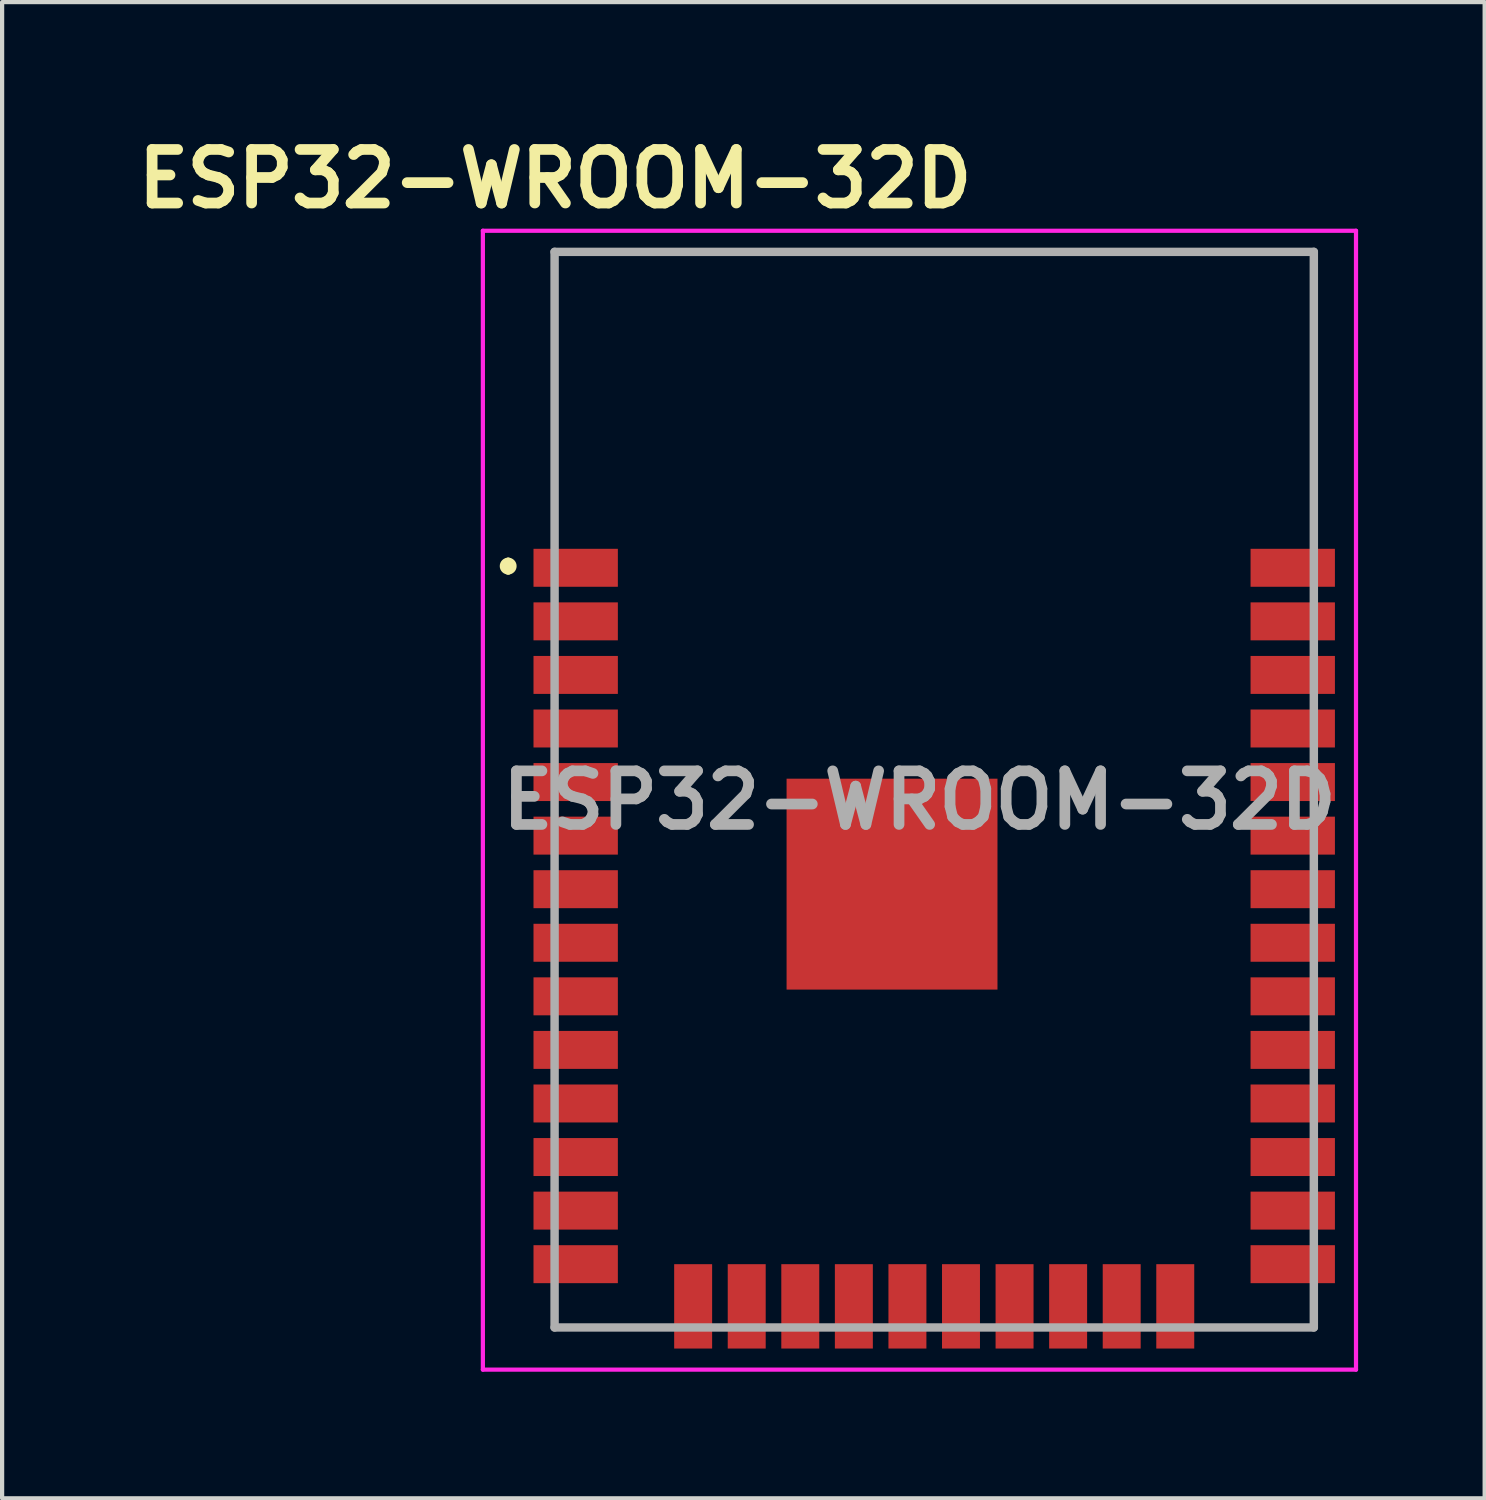
<source format=kicad_pcb>
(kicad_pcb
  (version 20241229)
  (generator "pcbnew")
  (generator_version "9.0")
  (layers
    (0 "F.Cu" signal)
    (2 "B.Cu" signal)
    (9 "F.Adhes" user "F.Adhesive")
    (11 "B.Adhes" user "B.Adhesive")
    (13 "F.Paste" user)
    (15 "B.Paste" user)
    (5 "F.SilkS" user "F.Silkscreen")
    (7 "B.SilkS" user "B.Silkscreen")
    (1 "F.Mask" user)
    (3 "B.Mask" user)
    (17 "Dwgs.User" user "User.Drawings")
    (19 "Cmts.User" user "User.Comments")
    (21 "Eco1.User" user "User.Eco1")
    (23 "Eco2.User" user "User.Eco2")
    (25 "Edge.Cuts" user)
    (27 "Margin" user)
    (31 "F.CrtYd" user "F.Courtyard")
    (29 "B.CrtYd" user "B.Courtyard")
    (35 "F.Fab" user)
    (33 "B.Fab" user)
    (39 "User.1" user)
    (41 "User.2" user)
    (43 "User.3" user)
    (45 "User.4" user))
  (footprint "ESP32-WROOM-32D"
    (layer "F.Cu")
    (at 18.748 15.921)
    (property "Reference" "ESP32-WROOM-32D" (at -8.636 -14.732 0) (layer "F.SilkS") (effects (font (size 1.27 1.27) (thickness 0.254))))
    (attr smd)
    (fp_line (start -9.75 -5.65) (end -9.75 -5.65) (stroke (width 0.2) (type solid)) (layer "F.SilkS"))
    (fp_line (start -9.75 -5.45) (end -9.75 -5.45) (stroke (width 0.2) (type solid)) (layer "F.SilkS"))
    (fp_line (start -8.65 -13) (end 9.35 -13) (stroke (width 0.1) (type solid)) (layer "F.SilkS"))
    (fp_line (start -8.65 -6.75) (end -8.65 -13) (stroke (width 0.1) (type solid)) (layer "F.SilkS"))
    (fp_line (start -8.65 12) (end -8.65 12.5) (stroke (width 0.1) (type solid)) (layer "F.SilkS"))
    (fp_line (start -8.65 12.5) (end -6.65 12.5) (stroke (width 0.1) (type solid)) (layer "F.SilkS"))
    (fp_line (start 7.35 12.5) (end 9.35 12.5) (stroke (width 0.1) (type solid)) (layer "F.SilkS"))
    (fp_line (start 9.35 -13) (end 9.35 -6.75) (stroke (width 0.1) (type solid)) (layer "F.SilkS"))
    (fp_line (start 9.35 12.5) (end 9.35 12) (stroke (width 0.1) (type solid)) (layer "F.SilkS"))
    (fp_arc (start -9.75 -5.65) (mid -9.65 -5.55) (end -9.75 -5.45) (stroke (width 0.2) (type solid)) (layer "F.SilkS"))
    (fp_arc (start -9.75 -5.45) (mid -9.85 -5.55) (end -9.75 -5.65) (stroke (width 0.2) (type solid)) (layer "F.SilkS"))
    (fp_line (start -10.35 -13.5) (end 10.35 -13.5) (stroke (width 0.1) (type solid)) (layer "F.CrtYd"))
    (fp_line (start -10.35 13.5) (end -10.35 -13.5) (stroke (width 0.1) (type solid)) (layer "F.CrtYd"))
    (fp_line (start 10.35 -13.5) (end 10.35 13.5) (stroke (width 0.1) (type solid)) (layer "F.CrtYd"))
    (fp_line (start 10.35 13.5) (end -10.35 13.5) (stroke (width 0.1) (type solid)) (layer "F.CrtYd"))
    (fp_line (start -8.65 -13) (end 9.35 -13) (stroke (width 0.2) (type solid)) (layer "F.Fab"))
    (fp_line (start -8.65 12.5) (end -8.65 -13) (stroke (width 0.2) (type solid)) (layer "F.Fab"))
    (fp_line (start 9.35 -13) (end 9.35 12.5) (stroke (width 0.2) (type solid)) (layer "F.Fab"))
    (fp_line (start 9.35 12.5) (end -8.65 12.5) (stroke (width 0.2) (type solid)) (layer "F.Fab"))
    (fp_text user "${REFERENCE}" (at 0 0 0) (layer "F.Fab") (effects (font (size 1.27 1.27) (thickness 0.254))))
    (pad "1" smd rect (at -8.15 -5.51 90) (size 0.9 2) (layers "F.Cu" "F.Mask" "F.Paste"))
    (pad "2" smd rect (at -8.15 -4.24 90) (size 0.9 2) (layers "F.Cu" "F.Mask" "F.Paste"))
    (pad "3" smd rect (at -8.15 -2.97 90) (size 0.9 2) (layers "F.Cu" "F.Mask" "F.Paste"))
    (pad "4" smd rect (at -8.15 -1.7 90) (size 0.9 2) (layers "F.Cu" "F.Mask" "F.Paste"))
    (pad "5" smd rect (at -8.15 -0.43 90) (size 0.9 2) (layers "F.Cu" "F.Mask" "F.Paste"))
    (pad "6" smd rect (at -8.15 0.84 90) (size 0.9 2) (layers "F.Cu" "F.Mask" "F.Paste"))
    (pad "7" smd rect (at -8.15 2.11 90) (size 0.9 2) (layers "F.Cu" "F.Mask" "F.Paste"))
    (pad "8" smd rect (at -8.15 3.38 90) (size 0.9 2) (layers "F.Cu" "F.Mask" "F.Paste"))
    (pad "9" smd rect (at -8.15 4.65 90) (size 0.9 2) (layers "F.Cu" "F.Mask" "F.Paste"))
    (pad "10" smd rect (at -8.15 5.92 90) (size 0.9 2) (layers "F.Cu" "F.Mask" "F.Paste"))
    (pad "11" smd rect (at -8.15 7.19 90) (size 0.9 2) (layers "F.Cu" "F.Mask" "F.Paste"))
    (pad "12" smd rect (at -8.15 8.46 90) (size 0.9 2) (layers "F.Cu" "F.Mask" "F.Paste"))
    (pad "13" smd rect (at -8.15 9.73 90) (size 0.9 2) (layers "F.Cu" "F.Mask" "F.Paste"))
    (pad "14" smd rect (at -8.15 11 90) (size 0.9 2) (layers "F.Cu" "F.Mask" "F.Paste"))
    (pad "15" smd rect (at -5.365 12) (size 0.9 2) (layers "F.Cu" "F.Mask" "F.Paste"))
    (pad "16" smd rect (at -4.095 12) (size 0.9 2) (layers "F.Cu" "F.Mask" "F.Paste"))
    (pad "17" smd rect (at -2.825 12) (size 0.9 2) (layers "F.Cu" "F.Mask" "F.Paste"))
    (pad "18" smd rect (at -1.555 12) (size 0.9 2) (layers "F.Cu" "F.Mask" "F.Paste"))
    (pad "19" smd rect (at -0.285 12) (size 0.9 2) (layers "F.Cu" "F.Mask" "F.Paste"))
    (pad "20" smd rect (at 0.985 12) (size 0.9 2) (layers "F.Cu" "F.Mask" "F.Paste"))
    (pad "21" smd rect (at 2.255 12) (size 0.9 2) (layers "F.Cu" "F.Mask" "F.Paste"))
    (pad "22" smd rect (at 3.525 12) (size 0.9 2) (layers "F.Cu" "F.Mask" "F.Paste"))
    (pad "23" smd rect (at 4.795 12) (size 0.9 2) (layers "F.Cu" "F.Mask" "F.Paste"))
    (pad "24" smd rect (at 6.065 12) (size 0.9 2) (layers "F.Cu" "F.Mask" "F.Paste"))
    (pad "25" smd rect (at 8.85 11 90) (size 0.9 2) (layers "F.Cu" "F.Mask" "F.Paste"))
    (pad "26" smd rect (at 8.85 9.73 90) (size 0.9 2) (layers "F.Cu" "F.Mask" "F.Paste"))
    (pad "27" smd rect (at 8.85 8.46 90) (size 0.9 2) (layers "F.Cu" "F.Mask" "F.Paste"))
    (pad "28" smd rect (at 8.85 7.19 90) (size 0.9 2) (layers "F.Cu" "F.Mask" "F.Paste"))
    (pad "29" smd rect (at 8.85 5.92 90) (size 0.9 2) (layers "F.Cu" "F.Mask" "F.Paste"))
    (pad "30" smd rect (at 8.85 4.65 90) (size 0.9 2) (layers "F.Cu" "F.Mask" "F.Paste"))
    (pad "31" smd rect (at 8.85 3.38 90) (size 0.9 2) (layers "F.Cu" "F.Mask" "F.Paste"))
    (pad "32" smd rect (at 8.85 2.11 90) (size 0.9 2) (layers "F.Cu" "F.Mask" "F.Paste"))
    (pad "33" smd rect (at 8.85 0.84 90) (size 0.9 2) (layers "F.Cu" "F.Mask" "F.Paste"))
    (pad "34" smd rect (at 8.85 -0.43 90) (size 0.9 2) (layers "F.Cu" "F.Mask" "F.Paste"))
    (pad "35" smd rect (at 8.85 -1.7 90) (size 0.9 2) (layers "F.Cu" "F.Mask" "F.Paste"))
    (pad "36" smd rect (at 8.85 -2.97 90) (size 0.9 2) (layers "F.Cu" "F.Mask" "F.Paste"))
    (pad "37" smd rect (at 8.85 -4.24 90) (size 0.9 2) (layers "F.Cu" "F.Mask" "F.Paste"))
    (pad "38" smd rect (at 8.85 -5.51 90) (size 0.9 2) (layers "F.Cu" "F.Mask" "F.Paste"))
    (pad "39" smd rect (at -0.65 1.99 90) (size 5 5) (layers "F.Cu" "F.Mask" "F.Paste")))
  (gr_rect
    (start -3 -3)
    (end 32.148 32.471)
    (stroke (width 0.1) (type default))
    (fill no)
    (layer "Edge.Cuts")))
</source>
